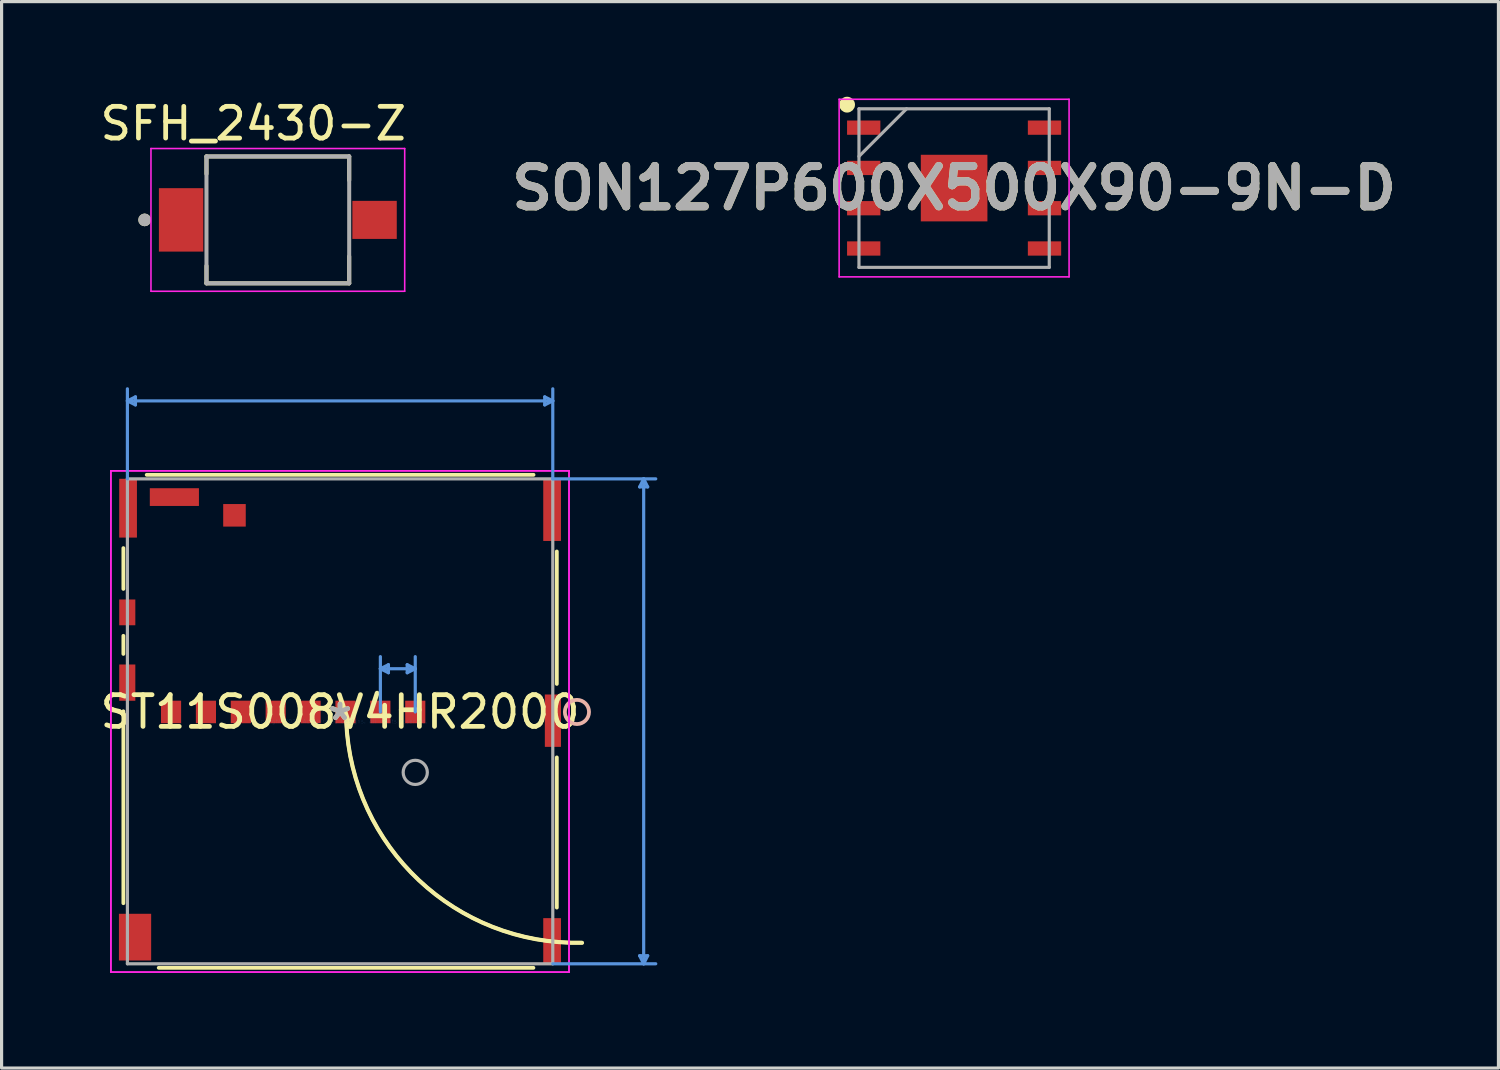
<source format=kicad_pcb>
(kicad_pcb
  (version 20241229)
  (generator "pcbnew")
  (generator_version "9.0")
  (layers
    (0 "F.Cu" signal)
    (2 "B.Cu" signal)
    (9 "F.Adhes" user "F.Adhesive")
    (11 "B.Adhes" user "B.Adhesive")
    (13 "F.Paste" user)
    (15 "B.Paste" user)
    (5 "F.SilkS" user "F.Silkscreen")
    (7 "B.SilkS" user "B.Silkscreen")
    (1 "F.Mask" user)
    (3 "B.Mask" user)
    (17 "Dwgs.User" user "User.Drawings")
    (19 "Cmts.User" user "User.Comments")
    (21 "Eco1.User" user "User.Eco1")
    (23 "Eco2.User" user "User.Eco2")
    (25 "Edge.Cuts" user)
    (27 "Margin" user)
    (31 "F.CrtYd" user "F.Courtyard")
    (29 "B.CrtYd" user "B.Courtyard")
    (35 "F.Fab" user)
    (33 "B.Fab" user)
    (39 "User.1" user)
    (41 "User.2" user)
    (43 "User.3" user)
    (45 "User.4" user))
  (footprint "SON127P600X500X90-9N-D"
    (layer "F.Cu")
    (at 27.033 2.88)
    (property "Reference" "SON127P600X500X90-9N-D" (at 0 0 0) (layer "F.SilkS") (effects (font (size 1.27 1.27) (thickness 0.254))))
    (attr smd)
    (fp_circle (center -3.375 -2.63) (end -3.375 -2.505) (stroke (width 0.25) (type solid)) (fill no) (layer "F.SilkS"))
    (fp_line (start -3.625 -2.8) (end 3.625 -2.8) (stroke (width 0.05) (type solid)) (layer "F.CrtYd"))
    (fp_line (start -3.625 2.8) (end -3.625 -2.8) (stroke (width 0.05) (type solid)) (layer "F.CrtYd"))
    (fp_line (start 3.625 -2.8) (end 3.625 2.8) (stroke (width 0.05) (type solid)) (layer "F.CrtYd"))
    (fp_line (start 3.625 2.8) (end -3.625 2.8) (stroke (width 0.05) (type solid)) (layer "F.CrtYd"))
    (fp_line (start -3 -2.5) (end 3 -2.5) (stroke (width 0.1) (type solid)) (layer "F.Fab"))
    (fp_line (start -3 -1) (end -1.5 -2.5) (stroke (width 0.1) (type solid)) (layer "F.Fab"))
    (fp_line (start -3 2.5) (end -3 -2.5) (stroke (width 0.1) (type solid)) (layer "F.Fab"))
    (fp_line (start 3 -2.5) (end 3 2.5) (stroke (width 0.1) (type solid)) (layer "F.Fab"))
    (fp_line (start 3 2.5) (end -3 2.5) (stroke (width 0.1) (type solid)) (layer "F.Fab"))
    (fp_text user "${REFERENCE}" (at 0 0 0) (layer "F.Fab") (effects (font (size 1.27 1.27) (thickness 0.254))))
    (pad "1" smd rect (at -2.85 -1.905 90) (size 0.45 1.05) (layers "F.Cu" "F.Mask" "F.Paste"))
    (pad "2" smd rect (at -2.85 -0.635 90) (size 0.45 1.05) (layers "F.Cu" "F.Mask" "F.Paste"))
    (pad "3" smd rect (at -2.85 0.635 90) (size 0.45 1.05) (layers "F.Cu" "F.Mask" "F.Paste"))
    (pad "4" smd rect (at -2.85 1.905 90) (size 0.45 1.05) (layers "F.Cu" "F.Mask" "F.Paste"))
    (pad "5" smd rect (at 2.85 1.905 90) (size 0.45 1.05) (layers "F.Cu" "F.Mask" "F.Paste"))
    (pad "6" smd rect (at 2.85 0.635 90) (size 0.45 1.05) (layers "F.Cu" "F.Mask" "F.Paste"))
    (pad "7" smd rect (at 2.85 -0.635 90) (size 0.45 1.05) (layers "F.Cu" "F.Mask" "F.Paste"))
    (pad "8" smd rect (at 2.85 -1.905 90) (size 0.45 1.05) (layers "F.Cu" "F.Mask" "F.Paste"))
    (pad "9" smd rect (at 0 0) (size 2.1 2.1) (layers "F.Cu" "F.Mask" "F.Paste")))
  (footprint "SFH_2430-Z"
    (layer "F.Cu")
    (at 5.71 3.883)
    (property "Reference" "SFH_2430-Z" (at -0.775 -3.035 0) (layer "F.SilkS") (effects (font (size 1 1) (thickness 0.15))))
    (attr smd)
    (fp_poly (pts (xy -3.8 -1.05) (xy -2.3 -1.05) (xy -2.3 1.05) (xy -3.8 1.05)) (stroke (width 0.01) (type solid)) (fill yes) (layer "F.Mask"))
    (fp_poly (pts (xy 2.3 -0.65) (xy 3.8 -0.65) (xy 3.8 0.65) (xy 2.3 0.65)) (stroke (width 0.01) (type solid)) (fill yes) (layer "F.Mask"))
    (fp_line (start -2.25 -2) (end -2.25 -1.45) (stroke (width 0.127) (type solid)) (layer "F.SilkS"))
    (fp_line (start -2.25 2) (end -2.25 1.45) (stroke (width 0.127) (type solid)) (layer "F.SilkS"))
    (fp_line (start 2.25 -2) (end -2.25 -2) (stroke (width 0.127) (type solid)) (layer "F.SilkS"))
    (fp_line (start 2.25 -1.25) (end 2.25 -2) (stroke (width 0.127) (type solid)) (layer "F.SilkS"))
    (fp_line (start 2.25 1.15) (end 2.25 2) (stroke (width 0.127) (type solid)) (layer "F.SilkS"))
    (fp_line (start 2.25 2) (end -2.25 2) (stroke (width 0.127) (type solid)) (layer "F.SilkS"))
    (fp_circle (center -4.2 0) (end -4.1 0) (stroke (width 0.2) (type solid)) (fill no) (layer "F.SilkS"))
    (fp_poly (pts (xy -3.7 -0.95) (xy -2.4 -0.95) (xy -2.4 0.95) (xy -3.7 0.95)) (stroke (width 0.01) (type solid)) (fill yes) (layer "F.Paste"))
    (fp_poly (pts (xy 2.4 -0.55) (xy 3.7 -0.55) (xy 3.7 0.55) (xy 2.4 0.55)) (stroke (width 0.01) (type solid)) (fill yes) (layer "F.Paste"))
    (fp_line (start -4 -2.25) (end 4 -2.25) (stroke (width 0.05) (type solid)) (layer "F.CrtYd"))
    (fp_line (start -4 2.25) (end -4 -2.25) (stroke (width 0.05) (type solid)) (layer "F.CrtYd"))
    (fp_line (start 4 -2.25) (end 4 2.25) (stroke (width 0.05) (type solid)) (layer "F.CrtYd"))
    (fp_line (start 4 2.25) (end -4 2.25) (stroke (width 0.05) (type solid)) (layer "F.CrtYd"))
    (fp_line (start -2.25 -2) (end 2.25 -2) (stroke (width 0.127) (type solid)) (layer "F.Fab"))
    (fp_line (start -2.25 2) (end -2.25 -2) (stroke (width 0.127) (type solid)) (layer "F.Fab"))
    (fp_line (start 2.25 -2) (end 2.25 2) (stroke (width 0.127) (type solid)) (layer "F.Fab"))
    (fp_line (start 2.25 2) (end -2.25 2) (stroke (width 0.127) (type solid)) (layer "F.Fab"))
    (fp_circle (center -4.2 0) (end -4.1 0) (stroke (width 0.2) (type solid)) (fill no) (layer "F.Fab"))
    (pad "A" smd rect (at 3.05 0 180) (size 1.4 1.2) (layers "F.Cu"))
    (pad "C" smd rect (at -3.05 0 180) (size 1.4 2) (layers "F.Cu")))
  (footprint "ST11S008V4HR2000"
    (layer "F.Cu")
    (at 7.673 19.693)
    (property "Reference" "ST11S008V4HR2000" (at 0 -0.295 0) (layer "F.SilkS") (effects (font (size 1 1) (thickness 0.15))))
    (attr through_hole)
    (fp_line (start -6.833 -5.461) (end -6.833 -4.175) (stroke (width 0.12) (type solid)) (layer "F.SilkS"))
    (fp_line (start -6.833 -2.696) (end -6.833 -2.125) (stroke (width 0.12) (type solid)) (layer "F.SilkS"))
    (fp_line (start -6.833 -0.316) (end -6.833 5.735) (stroke (width 0.12) (type solid)) (layer "F.SilkS"))
    (fp_line (start -5.718 7.772) (end 6.095 7.772) (stroke (width 0.12) (type solid)) (layer "F.SilkS"))
    (fp_line (start 6.099 -7.772) (end -6.097 -7.772) (stroke (width 0.12) (type solid)) (layer "F.SilkS"))
    (fp_line (start 6.833 -1.179) (end 6.833 -5.355) (stroke (width 0.12) (type solid)) (layer "F.SilkS"))
    (fp_line (start 6.833 5.873) (end 6.833 1.138) (stroke (width 0.12) (type solid)) (layer "F.SilkS"))
    (fp_arc (start 7.622557 6.976896) (mid 2.483106 5.002252) (end 0.199354 -0.007503) (stroke (width 0.12) (type solid)) (layer "F.SilkS"))
    (fp_arc (start 7.632052 6.986571) (mid 2.483105 5.01581) (end 0.189854 0.002173) (stroke (width 0.12) (type solid)) (layer "F.SilkS"))
    (fp_circle (center 7.468 -0.295) (end 7.849 -0.295) (stroke (width 0.12) (type solid)) (fill no) (layer "B.SilkS"))
    (fp_line (start -6.706 -10.103) (end 6.706 -10.103) (stroke (width 0.1) (type solid)) (layer "Cmts.User"))
    (fp_line (start -6.706 -7.645) (end -6.706 -10.484) (stroke (width 0.1) (type solid)) (layer "Cmts.User"))
    (fp_line (start -6.452 -9.976) (end -6.706 -10.103) (stroke (width 0.1) (type solid)) (layer "Cmts.User"))
    (fp_line (start -6.452 -9.976) (end -6.452 -10.23) (stroke (width 0.1) (type solid)) (layer "Cmts.User"))
    (fp_line (start -6.452 -10.23) (end -6.706 -10.103) (stroke (width 0.1) (type solid)) (layer "Cmts.User"))
    (fp_line (start 1.27 -1.658) (end 2.37 -1.658) (stroke (width 0.1) (type solid)) (layer "Cmts.User"))
    (fp_line (start 1.27 -0.295) (end 1.27 -2.039) (stroke (width 0.1) (type solid)) (layer "Cmts.User"))
    (fp_line (start 1.524 -1.531) (end 1.27 -1.658) (stroke (width 0.1) (type solid)) (layer "Cmts.User"))
    (fp_line (start 1.524 -1.531) (end 1.524 -1.785) (stroke (width 0.1) (type solid)) (layer "Cmts.User"))
    (fp_line (start 1.524 -1.785) (end 1.27 -1.658) (stroke (width 0.1) (type solid)) (layer "Cmts.User"))
    (fp_line (start 2.116 -1.531) (end 2.37 -1.658) (stroke (width 0.1) (type solid)) (layer "Cmts.User"))
    (fp_line (start 2.116 -1.785) (end 2.116 -1.531) (stroke (width 0.1) (type solid)) (layer "Cmts.User"))
    (fp_line (start 2.116 -1.785) (end 2.37 -1.658) (stroke (width 0.1) (type solid)) (layer "Cmts.User"))
    (fp_line (start 2.37 -0.295) (end 2.37 -2.039) (stroke (width 0.1) (type solid)) (layer "Cmts.User"))
    (fp_line (start 6.452 -9.976) (end 6.706 -10.103) (stroke (width 0.1) (type solid)) (layer "Cmts.User"))
    (fp_line (start 6.452 -10.23) (end 6.452 -9.976) (stroke (width 0.1) (type solid)) (layer "Cmts.User"))
    (fp_line (start 6.452 -10.23) (end 6.706 -10.103) (stroke (width 0.1) (type solid)) (layer "Cmts.User"))
    (fp_line (start 6.706 -7.645) (end 6.706 -10.484) (stroke (width 0.1) (type solid)) (layer "Cmts.User"))
    (fp_line (start 6.706 -7.645) (end 9.953 -7.645) (stroke (width 0.1) (type solid)) (layer "Cmts.User"))
    (fp_line (start 6.706 7.645) (end 9.953 7.645) (stroke (width 0.1) (type solid)) (layer "Cmts.User"))
    (fp_line (start 9.445 7.391) (end 9.572 7.645) (stroke (width 0.1) (type solid)) (layer "Cmts.User"))
    (fp_line (start 9.445 -7.391) (end 9.572 -7.645) (stroke (width 0.1) (type solid)) (layer "Cmts.User"))
    (fp_line (start 9.445 -7.391) (end 9.698 -7.391) (stroke (width 0.1) (type solid)) (layer "Cmts.User"))
    (fp_line (start 9.572 -7.645) (end 9.572 7.645) (stroke (width 0.1) (type solid)) (layer "Cmts.User"))
    (fp_line (start 9.698 7.391) (end 9.445 7.391) (stroke (width 0.1) (type solid)) (layer "Cmts.User"))
    (fp_line (start 9.698 7.391) (end 9.572 7.645) (stroke (width 0.1) (type solid)) (layer "Cmts.User"))
    (fp_line (start 9.698 -7.391) (end 9.572 -7.645) (stroke (width 0.1) (type solid)) (layer "Cmts.User"))
    (fp_line (start -7.227 -7.899) (end -7.227 7.907) (stroke (width 0.05) (type solid)) (layer "F.CrtYd"))
    (fp_line (start -7.227 -7.899) (end -7.227 7.907) (stroke (width 0.05) (type solid)) (layer "F.CrtYd"))
    (fp_line (start -7.227 7.907) (end 7.218 7.907) (stroke (width 0.05) (type solid)) (layer "F.CrtYd"))
    (fp_line (start -7.227 7.907) (end 7.218 7.907) (stroke (width 0.05) (type solid)) (layer "F.CrtYd"))
    (fp_line (start 7.218 -7.899) (end -7.227 -7.899) (stroke (width 0.05) (type solid)) (layer "F.CrtYd"))
    (fp_line (start 7.218 -7.899) (end -7.227 -7.899) (stroke (width 0.05) (type solid)) (layer "F.CrtYd"))
    (fp_line (start 7.218 7.907) (end 7.218 -7.899) (stroke (width 0.05) (type solid)) (layer "F.CrtYd"))
    (fp_line (start 7.218 7.907) (end 7.218 -7.899) (stroke (width 0.05) (type solid)) (layer "F.CrtYd"))
    (fp_line (start -6.706 -7.645) (end -6.706 7.645) (stroke (width 0.1) (type solid)) (layer "F.Fab"))
    (fp_line (start -6.706 7.645) (end 6.706 7.645) (stroke (width 0.1) (type solid)) (layer "F.Fab"))
    (fp_line (start 6.706 -7.645) (end -6.706 -7.645) (stroke (width 0.1) (type solid)) (layer "F.Fab"))
    (fp_line (start 6.706 7.645) (end 6.706 -7.645) (stroke (width 0.1) (type solid)) (layer "F.Fab"))
    (fp_circle (center 2.37 1.61) (end 2.751 1.61) (stroke (width 0.1) (type solid)) (fill no) (layer "F.Fab"))
    (fp_text user "*" (at 0 0 0) (layer "F.SilkS") (effects (font (size 1 1) (thickness 0.15))))
    (fp_text user "Copyright 2021 Accelerated Designs. All rights reserved." (at 0 0 0) (layer "Cmts.User") (effects (font (size 0.127 0.127) (thickness 0.002))))
    (fp_text user "*" (at 0 0 0) (layer "F.Fab") (effects (font (size 1 1) (thickness 0.15))))
    (pad "1" smd rect (at 2.37 -0.295) (size 0.635 0.711) (layers "F.Cu" "F.Mask" "F.Paste"))
    (pad "2" smd rect (at 1.27 -0.295) (size 0.635 0.711) (layers "F.Cu" "F.Mask" "F.Paste"))
    (pad "3" smd rect (at 0.17 -0.295) (size 0.635 0.711) (layers "F.Cu" "F.Mask" "F.Paste"))
    (pad "4" smd rect (at -0.93 -0.295) (size 0.635 0.711) (layers "F.Cu" "F.Mask" "F.Paste"))
    (pad "5" smd rect (at -2.03 -0.295) (size 0.635 0.711) (layers "F.Cu" "F.Mask" "F.Paste"))
    (pad "6" smd rect (at -3.13 -0.295) (size 0.635 0.711) (layers "F.Cu" "F.Mask" "F.Paste"))
    (pad "7" smd rect (at -4.23 -0.295) (size 0.635 0.711) (layers "F.Cu" "F.Mask" "F.Paste"))
    (pad "8" smd rect (at -5.33 -0.295) (size 0.635 0.711) (layers "F.Cu" "F.Mask" "F.Paste"))
    (pad "9" smd rect (at -5.225 -7.07) (size 1.549 0.559) (layers "F.Cu" "F.Mask" "F.Paste"))
    (pad "10" smd rect (at -3.33 -6.495) (size 0.711 0.711) (layers "F.Cu" "F.Mask" "F.Paste"))
    (pad "11" smd rect (at 6.685 6.93) (size 0.559 1.448) (layers "F.Cu" "F.Mask" "F.Paste"))
    (pad "12" smd rect (at 6.71 -0.02) (size 0.508 1.651) (layers "F.Cu" "F.Mask" "F.Paste"))
    (pad "13" smd rect (at 6.685 -6.665) (size 0.559 1.956) (layers "F.Cu" "F.Mask" "F.Paste"))
    (pad "14" smd rect (at -6.685 -6.72) (size 0.559 1.854) (layers "F.Cu" "F.Mask" "F.Paste"))
    (pad "15" smd rect (at -6.71 -3.435) (size 0.508 0.813) (layers "F.Cu" "F.Mask" "F.Paste"))
    (pad "16" smd rect (at -6.71 -1.22) (size 0.508 1.143) (layers "F.Cu" "F.Mask" "F.Paste"))
    (pad "17" smd rect (at -6.465 6.805) (size 1.016 1.473) (layers "F.Cu" "F.Mask" "F.Paste")))
  (gr_rect
    (start -3 -3)
    (end 44.196 30.625)
    (stroke (width 0.1) (type default))
    (fill no)
    (layer "Edge.Cuts")))
</source>
